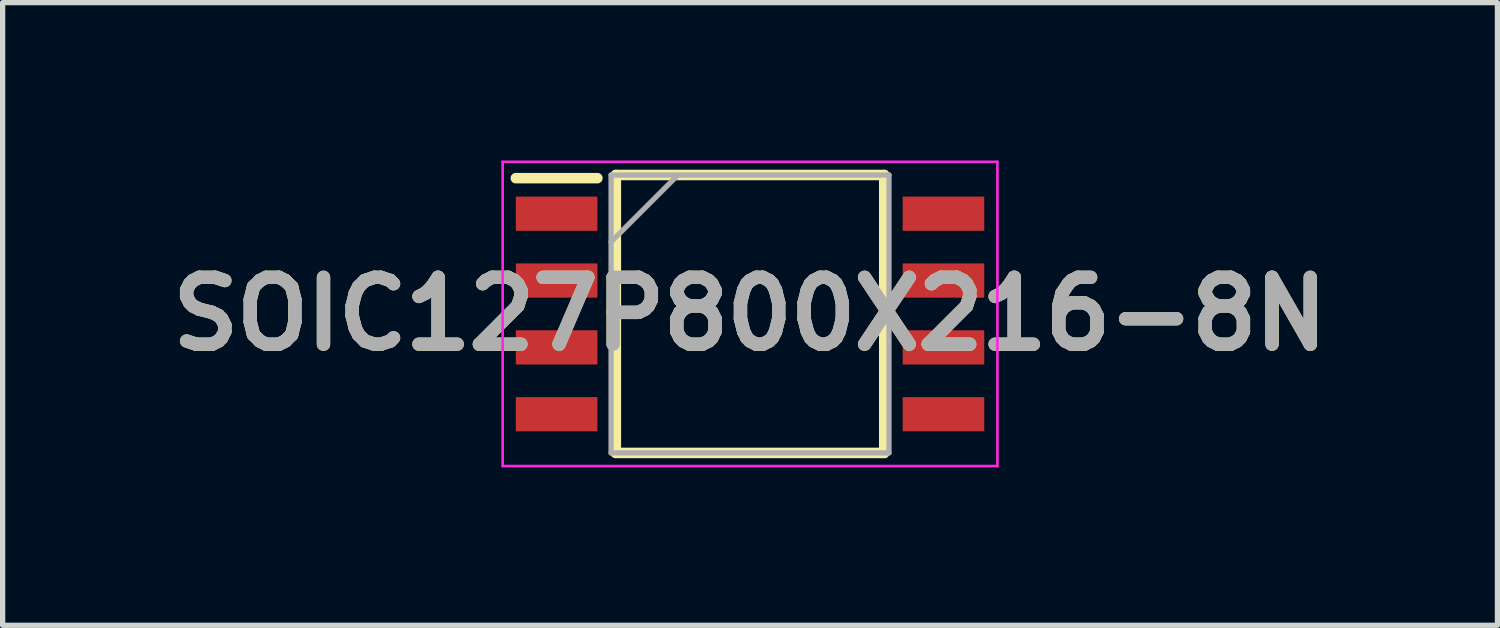
<source format=kicad_pcb>
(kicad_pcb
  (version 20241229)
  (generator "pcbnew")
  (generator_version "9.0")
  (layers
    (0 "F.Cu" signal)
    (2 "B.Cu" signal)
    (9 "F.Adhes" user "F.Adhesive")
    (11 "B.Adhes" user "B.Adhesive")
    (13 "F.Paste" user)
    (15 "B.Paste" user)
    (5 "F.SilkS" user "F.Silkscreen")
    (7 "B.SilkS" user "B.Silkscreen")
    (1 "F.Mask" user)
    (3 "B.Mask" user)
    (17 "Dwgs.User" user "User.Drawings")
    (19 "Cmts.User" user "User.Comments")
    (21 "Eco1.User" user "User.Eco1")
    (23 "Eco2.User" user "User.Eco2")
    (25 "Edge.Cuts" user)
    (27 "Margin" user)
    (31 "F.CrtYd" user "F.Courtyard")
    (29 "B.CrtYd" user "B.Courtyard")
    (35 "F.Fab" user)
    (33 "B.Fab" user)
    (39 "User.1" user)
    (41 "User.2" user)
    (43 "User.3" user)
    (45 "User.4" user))
  (footprint "SOIC127P800X216-8N"
    (layer "F.Cu")
    (at 11.2 2.915)
    (property "Reference" "SOIC127P800X216-8N" (at 0 0 0) (layer "F.SilkS") (effects (font (size 1.27 1.27) (thickness 0.254))))
    (attr smd)
    (fp_line (start -4.45 -2.58) (end -2.9 -2.58) (stroke (width 0.2) (type solid)) (layer "F.SilkS"))
    (fp_line (start -2.55 -2.64) (end 2.55 -2.64) (stroke (width 0.2) (type solid)) (layer "F.SilkS"))
    (fp_line (start -2.55 2.64) (end -2.55 -2.64) (stroke (width 0.2) (type solid)) (layer "F.SilkS"))
    (fp_line (start 2.55 -2.64) (end 2.55 2.64) (stroke (width 0.2) (type solid)) (layer "F.SilkS"))
    (fp_line (start 2.55 2.64) (end -2.55 2.64) (stroke (width 0.2) (type solid)) (layer "F.SilkS"))
    (fp_line (start -4.7 -2.89) (end 4.7 -2.89) (stroke (width 0.05) (type solid)) (layer "F.CrtYd"))
    (fp_line (start -4.7 2.89) (end -4.7 -2.89) (stroke (width 0.05) (type solid)) (layer "F.CrtYd"))
    (fp_line (start 4.7 -2.89) (end 4.7 2.89) (stroke (width 0.05) (type solid)) (layer "F.CrtYd"))
    (fp_line (start 4.7 2.89) (end -4.7 2.89) (stroke (width 0.05) (type solid)) (layer "F.CrtYd"))
    (fp_line (start -2.64 -2.64) (end 2.64 -2.64) (stroke (width 0.1) (type solid)) (layer "F.Fab"))
    (fp_line (start -2.64 -1.37) (end -1.37 -2.64) (stroke (width 0.1) (type solid)) (layer "F.Fab"))
    (fp_line (start -2.64 2.64) (end -2.64 -2.64) (stroke (width 0.1) (type solid)) (layer "F.Fab"))
    (fp_line (start 2.64 -2.64) (end 2.64 2.64) (stroke (width 0.1) (type solid)) (layer "F.Fab"))
    (fp_line (start 2.64 2.64) (end -2.64 2.64) (stroke (width 0.1) (type solid)) (layer "F.Fab"))
    (fp_text user "${REFERENCE}" (at 0 0 0) (layer "F.Fab") (effects (font (size 1.27 1.27) (thickness 0.254))))
    (pad "1" smd rect (at -3.675 -1.905 90) (size 0.65 1.55) (layers "F.Cu" "F.Mask" "F.Paste"))
    (pad "2" smd rect (at -3.675 -0.635 90) (size 0.65 1.55) (layers "F.Cu" "F.Mask" "F.Paste"))
    (pad "3" smd rect (at -3.675 0.635 90) (size 0.65 1.55) (layers "F.Cu" "F.Mask" "F.Paste"))
    (pad "4" smd rect (at -3.675 1.905 90) (size 0.65 1.55) (layers "F.Cu" "F.Mask" "F.Paste"))
    (pad "5" smd rect (at 3.675 1.905 90) (size 0.65 1.55) (layers "F.Cu" "F.Mask" "F.Paste"))
    (pad "6" smd rect (at 3.675 0.635 90) (size 0.65 1.55) (layers "F.Cu" "F.Mask" "F.Paste"))
    (pad "7" smd rect (at 3.675 -0.635 90) (size 0.65 1.55) (layers "F.Cu" "F.Mask" "F.Paste"))
    (pad "8" smd rect (at 3.675 -1.905 90) (size 0.65 1.55) (layers "F.Cu" "F.Mask" "F.Paste")))
  (gr_rect
    (start -3 -3)
    (end 25.4 8.83)
    (stroke (width 0.1) (type default))
    (fill no)
    (layer "Edge.Cuts")))
</source>
